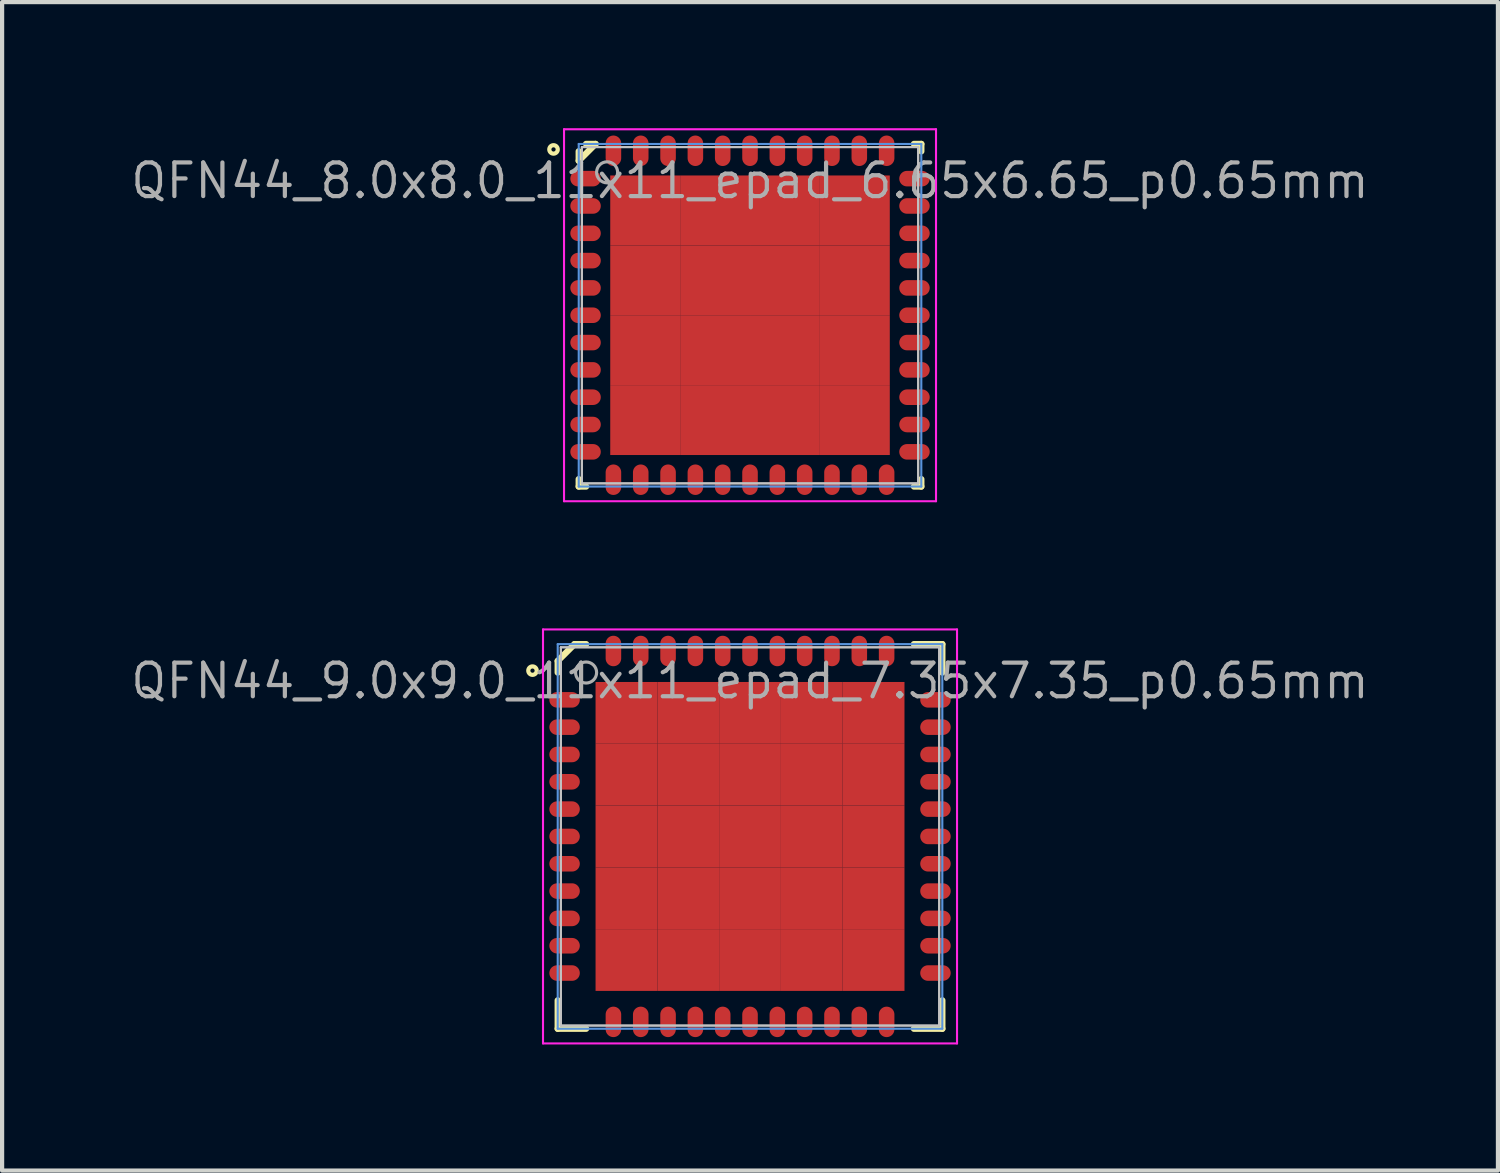
<source format=kicad_pcb>
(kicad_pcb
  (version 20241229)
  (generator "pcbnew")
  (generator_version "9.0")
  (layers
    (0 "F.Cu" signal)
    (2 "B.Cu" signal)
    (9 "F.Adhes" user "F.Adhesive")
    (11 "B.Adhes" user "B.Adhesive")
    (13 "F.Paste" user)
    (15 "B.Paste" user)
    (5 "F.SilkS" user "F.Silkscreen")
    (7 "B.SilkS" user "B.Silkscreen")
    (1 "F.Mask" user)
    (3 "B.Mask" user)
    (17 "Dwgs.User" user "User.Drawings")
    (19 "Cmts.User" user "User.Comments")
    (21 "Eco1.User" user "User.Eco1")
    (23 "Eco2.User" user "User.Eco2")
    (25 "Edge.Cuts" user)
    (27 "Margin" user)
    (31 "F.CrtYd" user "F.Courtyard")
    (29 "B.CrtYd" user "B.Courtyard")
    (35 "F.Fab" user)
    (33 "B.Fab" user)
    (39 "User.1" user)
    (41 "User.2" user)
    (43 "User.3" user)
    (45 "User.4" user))
  (footprint "QFN44_9.0x9.0_11x11_epad_7.35x7.35_p0.65mm"
    (layer "F.Cu")
    (at 14.794 16.85)
    (property "Reference" "QFN44_9.0x9.0_11x11_epad_7.35x7.35_p0.65mm" (at 0 -3.7 0) (layer "F.Fab") (effects (font (size 0.8 0.8) (thickness 0.1))))
    (attr through_hole)
    (fp_line (start -4.575 -4.175) (end -4.575 -3.9) (stroke (width 0.15) (type solid)) (layer "F.SilkS"))
    (fp_line (start -4.575 -4.175) (end -4.175 -4.575) (stroke (width 0.15) (type solid)) (layer "F.SilkS"))
    (fp_line (start -4.575 4.575) (end -4.575 3.9) (stroke (width 0.15) (type solid)) (layer "F.SilkS"))
    (fp_line (start -4.575 4.575) (end -3.9 4.575) (stroke (width 0.15) (type solid)) (layer "F.SilkS"))
    (fp_line (start -3.9 -4.575) (end -4.175 -4.575) (stroke (width 0.15) (type solid)) (layer "F.SilkS"))
    (fp_line (start 4.575 -4.575) (end 3.9 -4.575) (stroke (width 0.15) (type solid)) (layer "F.SilkS"))
    (fp_line (start 4.575 -4.575) (end 4.575 -3.9) (stroke (width 0.15) (type solid)) (layer "F.SilkS"))
    (fp_line (start 4.575 4.575) (end 3.9 4.575) (stroke (width 0.15) (type solid)) (layer "F.SilkS"))
    (fp_line (start 4.575 4.575) (end 4.575 3.9) (stroke (width 0.15) (type solid)) (layer "F.SilkS"))
    (fp_circle (center -5.175 -3.945) (end -5.104 -3.874) (stroke (width 0.1) (type solid)) (fill no) (layer "F.SilkS"))
    (fp_line (start -4.5 -4.5) (end -4.5 4.5) (stroke (width 0.05) (type solid)) (layer "Dwgs.User"))
    (fp_line (start -4.5 -4.5) (end 4.5 -4.5) (stroke (width 0.05) (type solid)) (layer "Dwgs.User"))
    (fp_line (start -4.5 4.5) (end 4.5 4.5) (stroke (width 0.05) (type solid)) (layer "Dwgs.User"))
    (fp_line (start 4.5 -4.5) (end 4.5 4.5) (stroke (width 0.05) (type solid)) (layer "Dwgs.User"))
    (fp_line (start -4.575 -4.575) (end -4.575 4.575) (stroke (width 0.05) (type solid)) (layer "Cmts.User"))
    (fp_line (start -4.575 -4.575) (end 4.575 -4.575) (stroke (width 0.05) (type solid)) (layer "Cmts.User"))
    (fp_line (start -4.575 4.575) (end 4.575 4.575) (stroke (width 0.05) (type solid)) (layer "Cmts.User"))
    (fp_line (start 4.575 -4.575) (end 4.575 4.575) (stroke (width 0.05) (type solid)) (layer "Cmts.User"))
    (fp_line (start -4.425 -4.425) (end -4.425 4.425) (stroke (width 0.05) (type solid)) (layer "Eco1.User"))
    (fp_line (start -4.425 -4.425) (end 4.425 -4.425) (stroke (width 0.05) (type solid)) (layer "Eco1.User"))
    (fp_line (start -4.425 4.425) (end 4.425 4.425) (stroke (width 0.05) (type solid)) (layer "Eco1.User"))
    (fp_line (start 4.425 -4.425) (end 4.425 4.425) (stroke (width 0.05) (type solid)) (layer "Eco1.User"))
    (fp_line (start -4.925 -4.925) (end -4.925 4.925) (stroke (width 0.05) (type solid)) (layer "F.CrtYd"))
    (fp_line (start -4.925 -4.925) (end 4.925 -4.925) (stroke (width 0.05) (type solid)) (layer "F.CrtYd"))
    (fp_line (start -4.925 4.925) (end 4.925 4.925) (stroke (width 0.05) (type solid)) (layer "F.CrtYd"))
    (fp_line (start 4.925 -4.925) (end 4.925 4.925) (stroke (width 0.05) (type solid)) (layer "F.CrtYd"))
    (fp_line (start -4.5 -4.5) (end -4.5 4.5) (stroke (width 0.05) (type solid)) (layer "F.Fab"))
    (fp_line (start -4.5 -4.5) (end 4.5 -4.5) (stroke (width 0.05) (type solid)) (layer "F.Fab"))
    (fp_line (start -4.5 4.5) (end 4.5 4.5) (stroke (width 0.05) (type solid)) (layer "F.Fab"))
    (fp_line (start 4.5 -4.5) (end 4.5 4.5) (stroke (width 0.05) (type solid)) (layer "F.Fab"))
    (fp_circle (center -3.9 -3.9) (end -3.723 -3.723) (stroke (width 0.075) (type solid)) (fill no) (layer "F.Fab"))
    (pad "1" smd oval (at -4.412 -3.25 180) (size 0.725 0.37) (layers "F.Cu" "F.Mask" "F.Paste"))
    (pad "2" smd oval (at -4.412 -2.6 180) (size 0.725 0.37) (layers "F.Cu" "F.Mask" "F.Paste"))
    (pad "3" smd oval (at -4.412 -1.95 180) (size 0.725 0.37) (layers "F.Cu" "F.Mask" "F.Paste"))
    (pad "4" smd oval (at -4.412 -1.3 180) (size 0.725 0.37) (layers "F.Cu" "F.Mask" "F.Paste"))
    (pad "5" smd oval (at -4.412 -0.65 180) (size 0.725 0.37) (layers "F.Cu" "F.Mask" "F.Paste"))
    (pad "6" smd oval (at -4.412 0 180) (size 0.725 0.37) (layers "F.Cu" "F.Mask" "F.Paste"))
    (pad "7" smd oval (at -4.412 0.65 180) (size 0.725 0.37) (layers "F.Cu" "F.Mask" "F.Paste"))
    (pad "8" smd oval (at -4.412 1.3 180) (size 0.725 0.37) (layers "F.Cu" "F.Mask" "F.Paste"))
    (pad "9" smd oval (at -4.412 1.95 180) (size 0.725 0.37) (layers "F.Cu" "F.Mask" "F.Paste"))
    (pad "10" smd oval (at -4.412 2.6 180) (size 0.725 0.37) (layers "F.Cu" "F.Mask" "F.Paste"))
    (pad "11" smd oval (at -4.412 3.25 180) (size 0.725 0.37) (layers "F.Cu" "F.Mask" "F.Paste"))
    (pad "12" smd oval (at -3.25 4.412 270) (size 0.725 0.37) (layers "F.Cu" "F.Mask" "F.Paste"))
    (pad "13" smd oval (at -2.6 4.412 270) (size 0.725 0.37) (layers "F.Cu" "F.Mask" "F.Paste"))
    (pad "14" smd oval (at -1.95 4.412 270) (size 0.725 0.37) (layers "F.Cu" "F.Mask" "F.Paste"))
    (pad "15" smd oval (at -1.3 4.412 270) (size 0.725 0.37) (layers "F.Cu" "F.Mask" "F.Paste"))
    (pad "16" smd oval (at -0.65 4.412 270) (size 0.725 0.37) (layers "F.Cu" "F.Mask" "F.Paste"))
    (pad "17" smd oval (at 0 4.412 270) (size 0.725 0.37) (layers "F.Cu" "F.Mask" "F.Paste"))
    (pad "18" smd oval (at 0.65 4.412 270) (size 0.725 0.37) (layers "F.Cu" "F.Mask" "F.Paste"))
    (pad "19" smd oval (at 1.3 4.412 270) (size 0.725 0.37) (layers "F.Cu" "F.Mask" "F.Paste"))
    (pad "20" smd oval (at 1.95 4.412 270) (size 0.725 0.37) (layers "F.Cu" "F.Mask" "F.Paste"))
    (pad "21" smd oval (at 2.6 4.412 270) (size 0.725 0.37) (layers "F.Cu" "F.Mask" "F.Paste"))
    (pad "22" smd oval (at 3.25 4.412 270) (size 0.725 0.37) (layers "F.Cu" "F.Mask" "F.Paste"))
    (pad "23" smd oval (at 4.412 3.25) (size 0.725 0.37) (layers "F.Cu" "F.Mask" "F.Paste"))
    (pad "24" smd oval (at 4.412 2.6) (size 0.725 0.37) (layers "F.Cu" "F.Mask" "F.Paste"))
    (pad "25" smd oval (at 4.412 1.95) (size 0.725 0.37) (layers "F.Cu" "F.Mask" "F.Paste"))
    (pad "26" smd oval (at 4.412 1.3) (size 0.725 0.37) (layers "F.Cu" "F.Mask" "F.Paste"))
    (pad "27" smd oval (at 4.412 0.65) (size 0.725 0.37) (layers "F.Cu" "F.Mask" "F.Paste"))
    (pad "28" smd oval (at 4.412 0) (size 0.725 0.37) (layers "F.Cu" "F.Mask" "F.Paste"))
    (pad "29" smd oval (at 4.412 -0.65) (size 0.725 0.37) (layers "F.Cu" "F.Mask" "F.Paste"))
    (pad "30" smd oval (at 4.412 -1.3) (size 0.725 0.37) (layers "F.Cu" "F.Mask" "F.Paste"))
    (pad "31" smd oval (at 4.412 -1.95) (size 0.725 0.37) (layers "F.Cu" "F.Mask" "F.Paste"))
    (pad "32" smd oval (at 4.412 -2.6) (size 0.725 0.37) (layers "F.Cu" "F.Mask" "F.Paste"))
    (pad "33" smd oval (at 4.412 -3.25) (size 0.725 0.37) (layers "F.Cu" "F.Mask" "F.Paste"))
    (pad "34" smd oval (at 3.25 -4.412 90) (size 0.725 0.37) (layers "F.Cu" "F.Mask" "F.Paste"))
    (pad "35" smd oval (at 2.6 -4.412 90) (size 0.725 0.37) (layers "F.Cu" "F.Mask" "F.Paste"))
    (pad "36" smd oval (at 1.95 -4.412 90) (size 0.725 0.37) (layers "F.Cu" "F.Mask" "F.Paste"))
    (pad "37" smd oval (at 1.3 -4.412 90) (size 0.725 0.37) (layers "F.Cu" "F.Mask" "F.Paste"))
    (pad "38" smd oval (at 0.65 -4.412 90) (size 0.725 0.37) (layers "F.Cu" "F.Mask" "F.Paste"))
    (pad "39" smd oval (at 0 -4.412 90) (size 0.725 0.37) (layers "F.Cu" "F.Mask" "F.Paste"))
    (pad "40" smd oval (at -0.65 -4.412 90) (size 0.725 0.37) (layers "F.Cu" "F.Mask" "F.Paste"))
    (pad "41" smd oval (at -1.3 -4.412 90) (size 0.725 0.37) (layers "F.Cu" "F.Mask" "F.Paste"))
    (pad "42" smd oval (at -1.95 -4.412 90) (size 0.725 0.37) (layers "F.Cu" "F.Mask" "F.Paste"))
    (pad "43" smd oval (at -2.6 -4.412 90) (size 0.725 0.37) (layers "F.Cu" "F.Mask" "F.Paste"))
    (pad "44" smd oval (at -3.25 -4.412 90) (size 0.725 0.37) (layers "F.Cu" "F.Mask" "F.Paste"))
    (pad "45" smd rect (at -2.94 -2.94) (size 1.47 1.47) (layers "F.Cu" "F.Mask" "F.Paste"))
    (pad "45" smd rect (at -2.94 -1.47) (size 1.47 1.47) (layers "F.Cu" "F.Mask" "F.Paste"))
    (pad "45" smd rect (at -2.94 0) (size 1.47 1.47) (layers "F.Cu" "F.Mask" "F.Paste"))
    (pad "45" smd rect (at -2.94 1.47) (size 1.47 1.47) (layers "F.Cu" "F.Mask" "F.Paste"))
    (pad "45" smd rect (at -2.94 2.94) (size 1.47 1.47) (layers "F.Cu" "F.Mask" "F.Paste"))
    (pad "45" smd rect (at -1.47 -2.94) (size 1.47 1.47) (layers "F.Cu" "F.Mask" "F.Paste"))
    (pad "45" smd rect (at -1.47 -1.47) (size 1.47 1.47) (layers "F.Cu" "F.Mask" "F.Paste"))
    (pad "45" smd rect (at -1.47 0) (size 1.47 1.47) (layers "F.Cu" "F.Mask" "F.Paste"))
    (pad "45" smd rect (at -1.47 1.47) (size 1.47 1.47) (layers "F.Cu" "F.Mask" "F.Paste"))
    (pad "45" smd rect (at -1.47 2.94) (size 1.47 1.47) (layers "F.Cu" "F.Mask" "F.Paste"))
    (pad "45" smd rect (at 0 -2.94) (size 1.47 1.47) (layers "F.Cu" "F.Mask" "F.Paste"))
    (pad "45" smd rect (at 0 -1.47) (size 1.47 1.47) (layers "F.Cu" "F.Mask" "F.Paste"))
    (pad "45" smd rect (at 0 0) (size 1.47 1.47) (layers "F.Cu" "F.Mask" "F.Paste"))
    (pad "45" smd rect (at 0 1.47) (size 1.47 1.47) (layers "F.Cu" "F.Mask" "F.Paste"))
    (pad "45" smd rect (at 0 2.94) (size 1.47 1.47) (layers "F.Cu" "F.Mask" "F.Paste"))
    (pad "45" smd rect (at 1.47 -2.94) (size 1.47 1.47) (layers "F.Cu" "F.Mask" "F.Paste"))
    (pad "45" smd rect (at 1.47 -1.47) (size 1.47 1.47) (layers "F.Cu" "F.Mask" "F.Paste"))
    (pad "45" smd rect (at 1.47 0) (size 1.47 1.47) (layers "F.Cu" "F.Mask" "F.Paste"))
    (pad "45" smd rect (at 1.47 1.47) (size 1.47 1.47) (layers "F.Cu" "F.Mask" "F.Paste"))
    (pad "45" smd rect (at 1.47 2.94) (size 1.47 1.47) (layers "F.Cu" "F.Mask" "F.Paste"))
    (pad "45" smd rect (at 2.94 -2.94) (size 1.47 1.47) (layers "F.Cu" "F.Mask" "F.Paste"))
    (pad "45" smd rect (at 2.94 -1.47) (size 1.47 1.47) (layers "F.Cu" "F.Mask" "F.Paste"))
    (pad "45" smd rect (at 2.94 0) (size 1.47 1.47) (layers "F.Cu" "F.Mask" "F.Paste"))
    (pad "45" smd rect (at 2.94 1.47) (size 1.47 1.47) (layers "F.Cu" "F.Mask" "F.Paste"))
    (pad "45" smd rect (at 2.94 2.94) (size 1.47 1.47) (layers "F.Cu" "F.Mask" "F.Paste")))
  (footprint "QFN44_8.0x8.0_11x11_epad_6.65x6.65_p0.65mm"
    (layer "F.Cu")
    (at 14.794 4.45)
    (property "Reference" "QFN44_8.0x8.0_11x11_epad_6.65x6.65_p0.65mm" (at 0 -3.2 0) (layer "F.Fab") (effects (font (size 0.8 0.8) (thickness 0.1))))
    (attr through_hole)
    (fp_line (start -4.075 -3.675) (end -4.075 -3.9) (stroke (width 0.15) (type solid)) (layer "F.SilkS"))
    (fp_line (start -4.075 -3.675) (end -3.675 -4.075) (stroke (width 0.15) (type solid)) (layer "F.SilkS"))
    (fp_line (start -4.075 4.075) (end -4.075 3.9) (stroke (width 0.15) (type solid)) (layer "F.SilkS"))
    (fp_line (start -4.075 4.075) (end -3.9 4.075) (stroke (width 0.15) (type solid)) (layer "F.SilkS"))
    (fp_line (start -3.9 -4.075) (end -3.675 -4.075) (stroke (width 0.15) (type solid)) (layer "F.SilkS"))
    (fp_line (start 4.075 -4.075) (end 3.9 -4.075) (stroke (width 0.15) (type solid)) (layer "F.SilkS"))
    (fp_line (start 4.075 -4.075) (end 4.075 -3.9) (stroke (width 0.15) (type solid)) (layer "F.SilkS"))
    (fp_line (start 4.075 4.075) (end 3.9 4.075) (stroke (width 0.15) (type solid)) (layer "F.SilkS"))
    (fp_line (start 4.075 4.075) (end 4.075 3.9) (stroke (width 0.15) (type solid)) (layer "F.SilkS"))
    (fp_circle (center -4.675 -3.945) (end -4.604 -3.874) (stroke (width 0.1) (type solid)) (fill no) (layer "F.SilkS"))
    (fp_line (start -4 -4) (end -4 4) (stroke (width 0.05) (type solid)) (layer "Dwgs.User"))
    (fp_line (start -4 -4) (end 4 -4) (stroke (width 0.05) (type solid)) (layer "Dwgs.User"))
    (fp_line (start -4 4) (end 4 4) (stroke (width 0.05) (type solid)) (layer "Dwgs.User"))
    (fp_line (start 4 -4) (end 4 4) (stroke (width 0.05) (type solid)) (layer "Dwgs.User"))
    (fp_line (start -4.075 -4.075) (end -4.075 4.075) (stroke (width 0.05) (type solid)) (layer "Cmts.User"))
    (fp_line (start -4.075 -4.075) (end 4.075 -4.075) (stroke (width 0.05) (type solid)) (layer "Cmts.User"))
    (fp_line (start -4.075 4.075) (end 4.075 4.075) (stroke (width 0.05) (type solid)) (layer "Cmts.User"))
    (fp_line (start 4.075 -4.075) (end 4.075 4.075) (stroke (width 0.05) (type solid)) (layer "Cmts.User"))
    (fp_line (start -3.925 -3.925) (end -3.925 3.925) (stroke (width 0.05) (type solid)) (layer "Eco1.User"))
    (fp_line (start -3.925 -3.925) (end 3.925 -3.925) (stroke (width 0.05) (type solid)) (layer "Eco1.User"))
    (fp_line (start -3.925 3.925) (end 3.925 3.925) (stroke (width 0.05) (type solid)) (layer "Eco1.User"))
    (fp_line (start 3.925 -3.925) (end 3.925 3.925) (stroke (width 0.05) (type solid)) (layer "Eco1.User"))
    (fp_line (start -4.425 -4.425) (end -4.425 4.425) (stroke (width 0.05) (type solid)) (layer "F.CrtYd"))
    (fp_line (start -4.425 -4.425) (end 4.425 -4.425) (stroke (width 0.05) (type solid)) (layer "F.CrtYd"))
    (fp_line (start -4.425 4.425) (end 4.425 4.425) (stroke (width 0.05) (type solid)) (layer "F.CrtYd"))
    (fp_line (start 4.425 -4.425) (end 4.425 4.425) (stroke (width 0.05) (type solid)) (layer "F.CrtYd"))
    (fp_line (start -4 -4) (end -4 4) (stroke (width 0.05) (type solid)) (layer "F.Fab"))
    (fp_line (start -4 -4) (end 4 -4) (stroke (width 0.05) (type solid)) (layer "F.Fab"))
    (fp_line (start -4 4) (end 4 4) (stroke (width 0.05) (type solid)) (layer "F.Fab"))
    (fp_line (start 4 -4) (end 4 4) (stroke (width 0.05) (type solid)) (layer "F.Fab"))
    (fp_circle (center -3.4 -3.4) (end -3.223 -3.223) (stroke (width 0.075) (type solid)) (fill no) (layer "F.Fab"))
    (pad "1" smd oval (at -3.913 -3.25 180) (size 0.725 0.37) (layers "F.Cu" "F.Mask" "F.Paste"))
    (pad "2" smd oval (at -3.913 -2.6 180) (size 0.725 0.37) (layers "F.Cu" "F.Mask" "F.Paste"))
    (pad "3" smd oval (at -3.913 -1.95 180) (size 0.725 0.37) (layers "F.Cu" "F.Mask" "F.Paste"))
    (pad "4" smd oval (at -3.913 -1.3 180) (size 0.725 0.37) (layers "F.Cu" "F.Mask" "F.Paste"))
    (pad "5" smd oval (at -3.913 -0.65 180) (size 0.725 0.37) (layers "F.Cu" "F.Mask" "F.Paste"))
    (pad "6" smd oval (at -3.913 0 180) (size 0.725 0.37) (layers "F.Cu" "F.Mask" "F.Paste"))
    (pad "7" smd oval (at -3.913 0.65 180) (size 0.725 0.37) (layers "F.Cu" "F.Mask" "F.Paste"))
    (pad "8" smd oval (at -3.913 1.3 180) (size 0.725 0.37) (layers "F.Cu" "F.Mask" "F.Paste"))
    (pad "9" smd oval (at -3.913 1.95 180) (size 0.725 0.37) (layers "F.Cu" "F.Mask" "F.Paste"))
    (pad "10" smd oval (at -3.913 2.6 180) (size 0.725 0.37) (layers "F.Cu" "F.Mask" "F.Paste"))
    (pad "11" smd oval (at -3.913 3.25 180) (size 0.725 0.37) (layers "F.Cu" "F.Mask" "F.Paste"))
    (pad "12" smd oval (at -3.25 3.913 270) (size 0.725 0.37) (layers "F.Cu" "F.Mask" "F.Paste"))
    (pad "13" smd oval (at -2.6 3.913 270) (size 0.725 0.37) (layers "F.Cu" "F.Mask" "F.Paste"))
    (pad "14" smd oval (at -1.95 3.913 270) (size 0.725 0.37) (layers "F.Cu" "F.Mask" "F.Paste"))
    (pad "15" smd oval (at -1.3 3.913 270) (size 0.725 0.37) (layers "F.Cu" "F.Mask" "F.Paste"))
    (pad "16" smd oval (at -0.65 3.913 270) (size 0.725 0.37) (layers "F.Cu" "F.Mask" "F.Paste"))
    (pad "17" smd oval (at 0 3.913 270) (size 0.725 0.37) (layers "F.Cu" "F.Mask" "F.Paste"))
    (pad "18" smd oval (at 0.65 3.913 270) (size 0.725 0.37) (layers "F.Cu" "F.Mask" "F.Paste"))
    (pad "19" smd oval (at 1.3 3.913 270) (size 0.725 0.37) (layers "F.Cu" "F.Mask" "F.Paste"))
    (pad "20" smd oval (at 1.95 3.913 270) (size 0.725 0.37) (layers "F.Cu" "F.Mask" "F.Paste"))
    (pad "21" smd oval (at 2.6 3.913 270) (size 0.725 0.37) (layers "F.Cu" "F.Mask" "F.Paste"))
    (pad "22" smd oval (at 3.25 3.913 270) (size 0.725 0.37) (layers "F.Cu" "F.Mask" "F.Paste"))
    (pad "23" smd oval (at 3.913 3.25) (size 0.725 0.37) (layers "F.Cu" "F.Mask" "F.Paste"))
    (pad "24" smd oval (at 3.913 2.6) (size 0.725 0.37) (layers "F.Cu" "F.Mask" "F.Paste"))
    (pad "25" smd oval (at 3.913 1.95) (size 0.725 0.37) (layers "F.Cu" "F.Mask" "F.Paste"))
    (pad "26" smd oval (at 3.913 1.3) (size 0.725 0.37) (layers "F.Cu" "F.Mask" "F.Paste"))
    (pad "27" smd oval (at 3.913 0.65) (size 0.725 0.37) (layers "F.Cu" "F.Mask" "F.Paste"))
    (pad "28" smd oval (at 3.913 0) (size 0.725 0.37) (layers "F.Cu" "F.Mask" "F.Paste"))
    (pad "29" smd oval (at 3.913 -0.65) (size 0.725 0.37) (layers "F.Cu" "F.Mask" "F.Paste"))
    (pad "30" smd oval (at 3.913 -1.3) (size 0.725 0.37) (layers "F.Cu" "F.Mask" "F.Paste"))
    (pad "31" smd oval (at 3.913 -1.95) (size 0.725 0.37) (layers "F.Cu" "F.Mask" "F.Paste"))
    (pad "32" smd oval (at 3.913 -2.6) (size 0.725 0.37) (layers "F.Cu" "F.Mask" "F.Paste"))
    (pad "33" smd oval (at 3.913 -3.25) (size 0.725 0.37) (layers "F.Cu" "F.Mask" "F.Paste"))
    (pad "34" smd oval (at 3.25 -3.913 90) (size 0.725 0.37) (layers "F.Cu" "F.Mask" "F.Paste"))
    (pad "35" smd oval (at 2.6 -3.913 90) (size 0.725 0.37) (layers "F.Cu" "F.Mask" "F.Paste"))
    (pad "36" smd oval (at 1.95 -3.913 90) (size 0.725 0.37) (layers "F.Cu" "F.Mask" "F.Paste"))
    (pad "37" smd oval (at 1.3 -3.913 90) (size 0.725 0.37) (layers "F.Cu" "F.Mask" "F.Paste"))
    (pad "38" smd oval (at 0.65 -3.913 90) (size 0.725 0.37) (layers "F.Cu" "F.Mask" "F.Paste"))
    (pad "39" smd oval (at 0 -3.913 90) (size 0.725 0.37) (layers "F.Cu" "F.Mask" "F.Paste"))
    (pad "40" smd oval (at -0.65 -3.913 90) (size 0.725 0.37) (layers "F.Cu" "F.Mask" "F.Paste"))
    (pad "41" smd oval (at -1.3 -3.913 90) (size 0.725 0.37) (layers "F.Cu" "F.Mask" "F.Paste"))
    (pad "42" smd oval (at -1.95 -3.913 90) (size 0.725 0.37) (layers "F.Cu" "F.Mask" "F.Paste"))
    (pad "43" smd oval (at -2.6 -3.913 90) (size 0.725 0.37) (layers "F.Cu" "F.Mask" "F.Paste"))
    (pad "44" smd oval (at -3.25 -3.913 90) (size 0.725 0.37) (layers "F.Cu" "F.Mask" "F.Paste"))
    (pad "45" smd rect (at -2.494 -2.494) (size 1.663 1.663) (layers "F.Cu" "F.Mask" "F.Paste"))
    (pad "45" smd rect (at -2.494 -0.831) (size 1.663 1.663) (layers "F.Cu" "F.Mask" "F.Paste"))
    (pad "45" smd rect (at -2.494 0.831) (size 1.663 1.663) (layers "F.Cu" "F.Mask" "F.Paste"))
    (pad "45" smd rect (at -2.494 2.494) (size 1.663 1.663) (layers "F.Cu" "F.Mask" "F.Paste"))
    (pad "45" smd rect (at -0.831 -2.494) (size 1.663 1.663) (layers "F.Cu" "F.Mask" "F.Paste"))
    (pad "45" smd rect (at -0.831 -0.831) (size 1.663 1.663) (layers "F.Cu" "F.Mask" "F.Paste"))
    (pad "45" smd rect (at -0.831 0.831) (size 1.663 1.663) (layers "F.Cu" "F.Mask" "F.Paste"))
    (pad "45" smd rect (at -0.831 2.494) (size 1.663 1.663) (layers "F.Cu" "F.Mask" "F.Paste"))
    (pad "45" smd rect (at 0.831 -2.494) (size 1.663 1.663) (layers "F.Cu" "F.Mask" "F.Paste"))
    (pad "45" smd rect (at 0.831 -0.831) (size 1.663 1.663) (layers "F.Cu" "F.Mask" "F.Paste"))
    (pad "45" smd rect (at 0.831 0.831) (size 1.663 1.663) (layers "F.Cu" "F.Mask" "F.Paste"))
    (pad "45" smd rect (at 0.831 2.494) (size 1.663 1.663) (layers "F.Cu" "F.Mask" "F.Paste"))
    (pad "45" smd rect (at 2.494 -2.494) (size 1.663 1.663) (layers "F.Cu" "F.Mask" "F.Paste"))
    (pad "45" smd rect (at 2.494 -0.831) (size 1.663 1.663) (layers "F.Cu" "F.Mask" "F.Paste"))
    (pad "45" smd rect (at 2.494 0.831) (size 1.663 1.663) (layers "F.Cu" "F.Mask" "F.Paste"))
    (pad "45" smd rect (at 2.494 2.494) (size 1.663 1.663) (layers "F.Cu" "F.Mask" "F.Paste")))
  (gr_rect
    (start -3 -3)
    (end 32.588 24.8)
    (stroke (width 0.1) (type default))
    (fill no)
    (layer "Edge.Cuts")))
</source>
